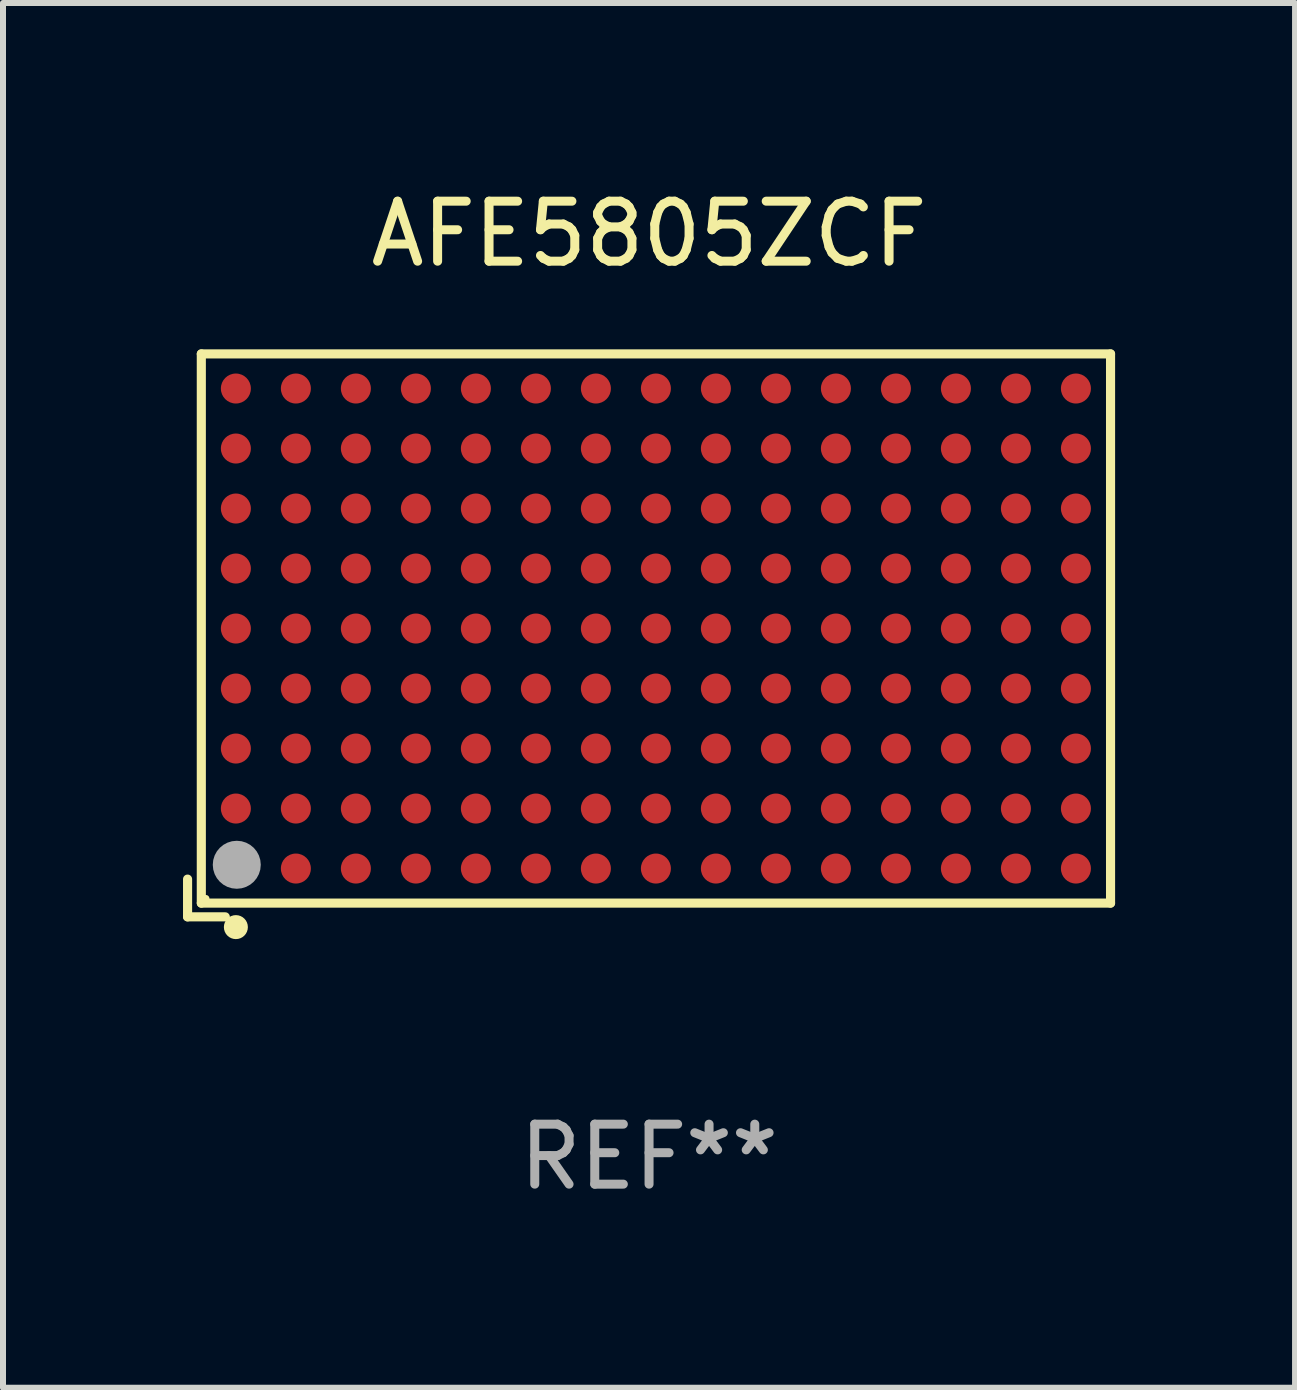
<source format=kicad_pcb>
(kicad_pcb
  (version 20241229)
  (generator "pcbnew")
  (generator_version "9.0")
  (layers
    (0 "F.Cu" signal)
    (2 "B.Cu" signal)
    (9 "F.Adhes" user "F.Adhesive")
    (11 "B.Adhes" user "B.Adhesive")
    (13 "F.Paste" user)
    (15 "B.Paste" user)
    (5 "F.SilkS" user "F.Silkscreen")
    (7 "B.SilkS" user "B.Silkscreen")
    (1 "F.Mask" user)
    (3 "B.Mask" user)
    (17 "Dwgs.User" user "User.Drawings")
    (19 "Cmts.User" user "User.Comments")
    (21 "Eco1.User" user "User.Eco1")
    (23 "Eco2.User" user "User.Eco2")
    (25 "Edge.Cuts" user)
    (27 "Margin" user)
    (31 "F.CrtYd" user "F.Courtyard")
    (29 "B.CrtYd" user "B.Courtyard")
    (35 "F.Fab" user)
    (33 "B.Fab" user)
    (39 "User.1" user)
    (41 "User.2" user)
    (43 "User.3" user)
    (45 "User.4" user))
  (footprint "AFE5805ZCF"
    (layer "F.Cu")
    (at 7.767 7.539)
    (property "Reference" "AFE5805ZCF" (at 0 -6.691 0) (layer "F.SilkS") (effects (font (size 1 1) (thickness 0.15))))
    (attr through_hole)
    (fp_line (start -7.691 4.062) (end -7.691 4.691) (stroke (width 0.152) (type solid)) (layer "F.SilkS"))
    (fp_line (start -7.691 4.691) (end -7.062 4.691) (stroke (width 0.152) (type solid)) (layer "F.SilkS"))
    (fp_line (start -7.462 -4.691) (end 7.691 -4.691) (stroke (width 0.152) (type solid)) (layer "F.SilkS"))
    (fp_line (start -7.462 4.462) (end -7.462 -4.691) (stroke (width 0.152) (type solid)) (layer "F.SilkS"))
    (fp_line (start 7.691 -4.691) (end 7.691 4.462) (stroke (width 0.152) (type solid)) (layer "F.SilkS"))
    (fp_line (start 7.691 4.462) (end -7.462 4.462) (stroke (width 0.152) (type solid)) (layer "F.SilkS"))
    (fp_circle (center -7.386 4.386) (end -7.356 4.386) (stroke (width 0.06) (type solid)) (fill no) (layer "F.SilkS"))
    (fp_circle (center -6.886 4.862) (end -6.786 4.862) (stroke (width 0.2) (type solid)) (fill no) (layer "F.SilkS"))
    (fp_circle (center -6.871 3.823) (end -6.671 3.823) (stroke (width 0.4) (type solid)) (fill no) (layer "F.Fab"))
    (fp_text user "REF**" (at 0 8.691 0) (layer "F.Fab") (effects (font (size 1 1) (thickness 0.15))))
    (pad "A1" smd circle (at -6.886 3.886) (size 0.5 0.5) (layers "F.Cu" "F.Mask" "F.Paste"))
    (pad "A2" smd circle (at -6.886 2.886) (size 0.5 0.5) (layers "F.Cu" "F.Mask" "F.Paste"))
    (pad "A3" smd circle (at -6.886 1.886) (size 0.5 0.5) (layers "F.Cu" "F.Mask" "F.Paste"))
    (pad "A4" smd circle (at -6.886 0.886) (size 0.5 0.5) (layers "F.Cu" "F.Mask" "F.Paste"))
    (pad "A5" smd circle (at -6.886 -0.114) (size 0.5 0.5) (layers "F.Cu" "F.Mask" "F.Paste"))
    (pad "A6" smd circle (at -6.886 -1.114) (size 0.5 0.5) (layers "F.Cu" "F.Mask" "F.Paste"))
    (pad "A7" smd circle (at -6.886 -2.114) (size 0.5 0.5) (layers "F.Cu" "F.Mask" "F.Paste"))
    (pad "A8" smd circle (at -6.886 -3.114) (size 0.5 0.5) (layers "F.Cu" "F.Mask" "F.Paste"))
    (pad "A9" smd circle (at -6.886 -4.114) (size 0.5 0.5) (layers "F.Cu" "F.Mask" "F.Paste"))
    (pad "B1" smd circle (at -5.886 3.886) (size 0.5 0.5) (layers "F.Cu" "F.Mask" "F.Paste"))
    (pad "B2" smd circle (at -5.886 2.886) (size 0.5 0.5) (layers "F.Cu" "F.Mask" "F.Paste"))
    (pad "B3" smd circle (at -5.886 1.886) (size 0.5 0.5) (layers "F.Cu" "F.Mask" "F.Paste"))
    (pad "B4" smd circle (at -5.886 0.886) (size 0.5 0.5) (layers "F.Cu" "F.Mask" "F.Paste"))
    (pad "B5" smd circle (at -5.886 -0.114) (size 0.5 0.5) (layers "F.Cu" "F.Mask" "F.Paste"))
    (pad "B6" smd circle (at -5.886 -1.114) (size 0.5 0.5) (layers "F.Cu" "F.Mask" "F.Paste"))
    (pad "B7" smd circle (at -5.886 -2.114) (size 0.5 0.5) (layers "F.Cu" "F.Mask" "F.Paste"))
    (pad "B8" smd circle (at -5.886 -3.114) (size 0.5 0.5) (layers "F.Cu" "F.Mask" "F.Paste"))
    (pad "B9" smd circle (at -5.886 -4.114) (size 0.5 0.5) (layers "F.Cu" "F.Mask" "F.Paste"))
    (pad "C1" smd circle (at -4.886 3.886) (size 0.5 0.5) (layers "F.Cu" "F.Mask" "F.Paste"))
    (pad "C2" smd circle (at -4.886 2.886) (size 0.5 0.5) (layers "F.Cu" "F.Mask" "F.Paste"))
    (pad "C3" smd circle (at -4.886 1.886) (size 0.5 0.5) (layers "F.Cu" "F.Mask" "F.Paste"))
    (pad "C4" smd circle (at -4.886 0.886) (size 0.5 0.5) (layers "F.Cu" "F.Mask" "F.Paste"))
    (pad "C5" smd circle (at -4.886 -0.114) (size 0.5 0.5) (layers "F.Cu" "F.Mask" "F.Paste"))
    (pad "C6" smd circle (at -4.886 -1.114) (size 0.5 0.5) (layers "F.Cu" "F.Mask" "F.Paste"))
    (pad "C7" smd circle (at -4.886 -2.114) (size 0.5 0.5) (layers "F.Cu" "F.Mask" "F.Paste"))
    (pad "C8" smd circle (at -4.886 -3.114) (size 0.5 0.5) (layers "F.Cu" "F.Mask" "F.Paste"))
    (pad "C9" smd circle (at -4.886 -4.114) (size 0.5 0.5) (layers "F.Cu" "F.Mask" "F.Paste"))
    (pad "D1" smd circle (at -3.886 3.886) (size 0.5 0.5) (layers "F.Cu" "F.Mask" "F.Paste"))
    (pad "D2" smd circle (at -3.886 2.886) (size 0.5 0.5) (layers "F.Cu" "F.Mask" "F.Paste"))
    (pad "D3" smd circle (at -3.886 1.886) (size 0.5 0.5) (layers "F.Cu" "F.Mask" "F.Paste"))
    (pad "D4" smd circle (at -3.886 0.886) (size 0.5 0.5) (layers "F.Cu" "F.Mask" "F.Paste"))
    (pad "D5" smd circle (at -3.886 -0.114) (size 0.5 0.5) (layers "F.Cu" "F.Mask" "F.Paste"))
    (pad "D6" smd circle (at -3.886 -1.114) (size 0.5 0.5) (layers "F.Cu" "F.Mask" "F.Paste"))
    (pad "D7" smd circle (at -3.886 -2.114) (size 0.5 0.5) (layers "F.Cu" "F.Mask" "F.Paste"))
    (pad "D8" smd circle (at -3.886 -3.114) (size 0.5 0.5) (layers "F.Cu" "F.Mask" "F.Paste"))
    (pad "D9" smd circle (at -3.886 -4.114) (size 0.5 0.5) (layers "F.Cu" "F.Mask" "F.Paste"))
    (pad "E1" smd circle (at -2.886 3.886) (size 0.5 0.5) (layers "F.Cu" "F.Mask" "F.Paste"))
    (pad "E2" smd circle (at -2.886 2.886) (size 0.5 0.5) (layers "F.Cu" "F.Mask" "F.Paste"))
    (pad "E3" smd circle (at -2.886 1.886) (size 0.5 0.5) (layers "F.Cu" "F.Mask" "F.Paste"))
    (pad "E4" smd circle (at -2.886 0.886) (size 0.5 0.5) (layers "F.Cu" "F.Mask" "F.Paste"))
    (pad "E5" smd circle (at -2.886 -0.114) (size 0.5 0.5) (layers "F.Cu" "F.Mask" "F.Paste"))
    (pad "E6" smd circle (at -2.886 -1.114) (size 0.5 0.5) (layers "F.Cu" "F.Mask" "F.Paste"))
    (pad "E7" smd circle (at -2.886 -2.114) (size 0.5 0.5) (layers "F.Cu" "F.Mask" "F.Paste"))
    (pad "E8" smd circle (at -2.886 -3.114) (size 0.5 0.5) (layers "F.Cu" "F.Mask" "F.Paste"))
    (pad "E9" smd circle (at -2.886 -4.114) (size 0.5 0.5) (layers "F.Cu" "F.Mask" "F.Paste"))
    (pad "F1" smd circle (at -1.886 3.886) (size 0.5 0.5) (layers "F.Cu" "F.Mask" "F.Paste"))
    (pad "F2" smd circle (at -1.886 2.886) (size 0.5 0.5) (layers "F.Cu" "F.Mask" "F.Paste"))
    (pad "F3" smd circle (at -1.886 1.886) (size 0.5 0.5) (layers "F.Cu" "F.Mask" "F.Paste"))
    (pad "F4" smd circle (at -1.886 0.886) (size 0.5 0.5) (layers "F.Cu" "F.Mask" "F.Paste"))
    (pad "F5" smd circle (at -1.886 -0.114) (size 0.5 0.5) (layers "F.Cu" "F.Mask" "F.Paste"))
    (pad "F6" smd circle (at -1.886 -1.114) (size 0.5 0.5) (layers "F.Cu" "F.Mask" "F.Paste"))
    (pad "F7" smd circle (at -1.886 -2.114) (size 0.5 0.5) (layers "F.Cu" "F.Mask" "F.Paste"))
    (pad "F8" smd circle (at -1.886 -3.114) (size 0.5 0.5) (layers "F.Cu" "F.Mask" "F.Paste"))
    (pad "F9" smd circle (at -1.886 -4.114) (size 0.5 0.5) (layers "F.Cu" "F.Mask" "F.Paste"))
    (pad "G1" smd circle (at -0.886 3.886) (size 0.5 0.5) (layers "F.Cu" "F.Mask" "F.Paste"))
    (pad "G2" smd circle (at -0.886 2.886) (size 0.5 0.5) (layers "F.Cu" "F.Mask" "F.Paste"))
    (pad "G3" smd circle (at -0.886 1.886) (size 0.5 0.5) (layers "F.Cu" "F.Mask" "F.Paste"))
    (pad "G4" smd circle (at -0.886 0.886) (size 0.5 0.5) (layers "F.Cu" "F.Mask" "F.Paste"))
    (pad "G5" smd circle (at -0.886 -0.114) (size 0.5 0.5) (layers "F.Cu" "F.Mask" "F.Paste"))
    (pad "G6" smd circle (at -0.886 -1.114) (size 0.5 0.5) (layers "F.Cu" "F.Mask" "F.Paste"))
    (pad "G7" smd circle (at -0.886 -2.114) (size 0.5 0.5) (layers "F.Cu" "F.Mask" "F.Paste"))
    (pad "G8" smd circle (at -0.886 -3.114) (size 0.5 0.5) (layers "F.Cu" "F.Mask" "F.Paste"))
    (pad "G9" smd circle (at -0.886 -4.114) (size 0.5 0.5) (layers "F.Cu" "F.Mask" "F.Paste"))
    (pad "H1" smd circle (at 0.114 3.886) (size 0.5 0.5) (layers "F.Cu" "F.Mask" "F.Paste"))
    (pad "H2" smd circle (at 0.114 2.886) (size 0.5 0.5) (layers "F.Cu" "F.Mask" "F.Paste"))
    (pad "H3" smd circle (at 0.114 1.886) (size 0.5 0.5) (layers "F.Cu" "F.Mask" "F.Paste"))
    (pad "H4" smd circle (at 0.114 0.886) (size 0.5 0.5) (layers "F.Cu" "F.Mask" "F.Paste"))
    (pad "H5" smd circle (at 0.114 -0.114) (size 0.5 0.5) (layers "F.Cu" "F.Mask" "F.Paste"))
    (pad "H6" smd circle (at 0.114 -1.114) (size 0.5 0.5) (layers "F.Cu" "F.Mask" "F.Paste"))
    (pad "H7" smd circle (at 0.114 -2.114) (size 0.5 0.5) (layers "F.Cu" "F.Mask" "F.Paste"))
    (pad "H8" smd circle (at 0.114 -3.114) (size 0.5 0.5) (layers "F.Cu" "F.Mask" "F.Paste"))
    (pad "H9" smd circle (at 0.114 -4.114) (size 0.5 0.5) (layers "F.Cu" "F.Mask" "F.Paste"))
    (pad "J1" smd circle (at 1.114 3.886) (size 0.5 0.5) (layers "F.Cu" "F.Mask" "F.Paste"))
    (pad "J2" smd circle (at 1.114 2.886) (size 0.5 0.5) (layers "F.Cu" "F.Mask" "F.Paste"))
    (pad "J3" smd circle (at 1.114 1.886) (size 0.5 0.5) (layers "F.Cu" "F.Mask" "F.Paste"))
    (pad "J4" smd circle (at 1.114 0.886) (size 0.5 0.5) (layers "F.Cu" "F.Mask" "F.Paste"))
    (pad "J5" smd circle (at 1.114 -0.114) (size 0.5 0.5) (layers "F.Cu" "F.Mask" "F.Paste"))
    (pad "J6" smd circle (at 1.114 -1.114) (size 0.5 0.5) (layers "F.Cu" "F.Mask" "F.Paste"))
    (pad "J7" smd circle (at 1.114 -2.114) (size 0.5 0.5) (layers "F.Cu" "F.Mask" "F.Paste"))
    (pad "J8" smd circle (at 1.114 -3.114) (size 0.5 0.5) (layers "F.Cu" "F.Mask" "F.Paste"))
    (pad "J9" smd circle (at 1.114 -4.114) (size 0.5 0.5) (layers "F.Cu" "F.Mask" "F.Paste"))
    (pad "K1" smd circle (at 2.114 3.886) (size 0.5 0.5) (layers "F.Cu" "F.Mask" "F.Paste"))
    (pad "K2" smd circle (at 2.114 2.886) (size 0.5 0.5) (layers "F.Cu" "F.Mask" "F.Paste"))
    (pad "K3" smd circle (at 2.114 1.886) (size 0.5 0.5) (layers "F.Cu" "F.Mask" "F.Paste"))
    (pad "K4" smd circle (at 2.114 0.886) (size 0.5 0.5) (layers "F.Cu" "F.Mask" "F.Paste"))
    (pad "K5" smd circle (at 2.114 -0.114) (size 0.5 0.5) (layers "F.Cu" "F.Mask" "F.Paste"))
    (pad "K6" smd circle (at 2.114 -1.114) (size 0.5 0.5) (layers "F.Cu" "F.Mask" "F.Paste"))
    (pad "K7" smd circle (at 2.114 -2.114) (size 0.5 0.5) (layers "F.Cu" "F.Mask" "F.Paste"))
    (pad "K8" smd circle (at 2.114 -3.114) (size 0.5 0.5) (layers "F.Cu" "F.Mask" "F.Paste"))
    (pad "K9" smd circle (at 2.114 -4.114) (size 0.5 0.5) (layers "F.Cu" "F.Mask" "F.Paste"))
    (pad "L1" smd circle (at 3.114 3.886) (size 0.5 0.5) (layers "F.Cu" "F.Mask" "F.Paste"))
    (pad "L2" smd circle (at 3.114 2.886) (size 0.5 0.5) (layers "F.Cu" "F.Mask" "F.Paste"))
    (pad "L3" smd circle (at 3.114 1.886) (size 0.5 0.5) (layers "F.Cu" "F.Mask" "F.Paste"))
    (pad "L4" smd circle (at 3.114 0.886) (size 0.5 0.5) (layers "F.Cu" "F.Mask" "F.Paste"))
    (pad "L5" smd circle (at 3.114 -0.114) (size 0.5 0.5) (layers "F.Cu" "F.Mask" "F.Paste"))
    (pad "L6" smd circle (at 3.114 -1.114) (size 0.5 0.5) (layers "F.Cu" "F.Mask" "F.Paste"))
    (pad "L7" smd circle (at 3.114 -2.114) (size 0.5 0.5) (layers "F.Cu" "F.Mask" "F.Paste"))
    (pad "L8" smd circle (at 3.114 -3.114) (size 0.5 0.5) (layers "F.Cu" "F.Mask" "F.Paste"))
    (pad "L9" smd circle (at 3.114 -4.114) (size 0.5 0.5) (layers "F.Cu" "F.Mask" "F.Paste"))
    (pad "M1" smd circle (at 4.114 3.886) (size 0.5 0.5) (layers "F.Cu" "F.Mask" "F.Paste"))
    (pad "M2" smd circle (at 4.114 2.886) (size 0.5 0.5) (layers "F.Cu" "F.Mask" "F.Paste"))
    (pad "M3" smd circle (at 4.114 1.886) (size 0.5 0.5) (layers "F.Cu" "F.Mask" "F.Paste"))
    (pad "M4" smd circle (at 4.114 0.886) (size 0.5 0.5) (layers "F.Cu" "F.Mask" "F.Paste"))
    (pad "M5" smd circle (at 4.114 -0.114) (size 0.5 0.5) (layers "F.Cu" "F.Mask" "F.Paste"))
    (pad "M6" smd circle (at 4.114 -1.114) (size 0.5 0.5) (layers "F.Cu" "F.Mask" "F.Paste"))
    (pad "M7" smd circle (at 4.114 -2.114) (size 0.5 0.5) (layers "F.Cu" "F.Mask" "F.Paste"))
    (pad "M8" smd circle (at 4.114 -3.114) (size 0.5 0.5) (layers "F.Cu" "F.Mask" "F.Paste"))
    (pad "M9" smd circle (at 4.114 -4.114) (size 0.5 0.5) (layers "F.Cu" "F.Mask" "F.Paste"))
    (pad "N1" smd circle (at 5.114 3.886) (size 0.5 0.5) (layers "F.Cu" "F.Mask" "F.Paste"))
    (pad "N2" smd circle (at 5.114 2.886) (size 0.5 0.5) (layers "F.Cu" "F.Mask" "F.Paste"))
    (pad "N3" smd circle (at 5.114 1.886) (size 0.5 0.5) (layers "F.Cu" "F.Mask" "F.Paste"))
    (pad "N4" smd circle (at 5.114 0.886) (size 0.5 0.5) (layers "F.Cu" "F.Mask" "F.Paste"))
    (pad "N5" smd circle (at 5.114 -0.114) (size 0.5 0.5) (layers "F.Cu" "F.Mask" "F.Paste"))
    (pad "N6" smd circle (at 5.114 -1.114) (size 0.5 0.5) (layers "F.Cu" "F.Mask" "F.Paste"))
    (pad "N7" smd circle (at 5.114 -2.114) (size 0.5 0.5) (layers "F.Cu" "F.Mask" "F.Paste"))
    (pad "N8" smd circle (at 5.114 -3.114) (size 0.5 0.5) (layers "F.Cu" "F.Mask" "F.Paste"))
    (pad "N9" smd circle (at 5.114 -4.114) (size 0.5 0.5) (layers "F.Cu" "F.Mask" "F.Paste"))
    (pad "P1" smd circle (at 6.114 3.886) (size 0.5 0.5) (layers "F.Cu" "F.Mask" "F.Paste"))
    (pad "P2" smd circle (at 6.114 2.886) (size 0.5 0.5) (layers "F.Cu" "F.Mask" "F.Paste"))
    (pad "P3" smd circle (at 6.114 1.886) (size 0.5 0.5) (layers "F.Cu" "F.Mask" "F.Paste"))
    (pad "P4" smd circle (at 6.114 0.886) (size 0.5 0.5) (layers "F.Cu" "F.Mask" "F.Paste"))
    (pad "P5" smd circle (at 6.114 -0.114) (size 0.5 0.5) (layers "F.Cu" "F.Mask" "F.Paste"))
    (pad "P6" smd circle (at 6.114 -1.114) (size 0.5 0.5) (layers "F.Cu" "F.Mask" "F.Paste"))
    (pad "P7" smd circle (at 6.114 -2.114) (size 0.5 0.5) (layers "F.Cu" "F.Mask" "F.Paste"))
    (pad "P8" smd circle (at 6.114 -3.114) (size 0.5 0.5) (layers "F.Cu" "F.Mask" "F.Paste"))
    (pad "P9" smd circle (at 6.114 -4.114) (size 0.5 0.5) (layers "F.Cu" "F.Mask" "F.Paste"))
    (pad "R1" smd circle (at 7.114 3.886) (size 0.5 0.5) (layers "F.Cu" "F.Mask" "F.Paste"))
    (pad "R2" smd circle (at 7.114 2.886) (size 0.5 0.5) (layers "F.Cu" "F.Mask" "F.Paste"))
    (pad "R3" smd circle (at 7.114 1.886) (size 0.5 0.5) (layers "F.Cu" "F.Mask" "F.Paste"))
    (pad "R4" smd circle (at 7.114 0.886) (size 0.5 0.5) (layers "F.Cu" "F.Mask" "F.Paste"))
    (pad "R5" smd circle (at 7.114 -0.114) (size 0.5 0.5) (layers "F.Cu" "F.Mask" "F.Paste"))
    (pad "R6" smd circle (at 7.114 -1.114) (size 0.5 0.5) (layers "F.Cu" "F.Mask" "F.Paste"))
    (pad "R7" smd circle (at 7.114 -2.114) (size 0.5 0.5) (layers "F.Cu" "F.Mask" "F.Paste"))
    (pad "R8" smd circle (at 7.114 -3.114) (size 0.5 0.5) (layers "F.Cu" "F.Mask" "F.Paste"))
    (pad "R9" smd circle (at 7.114 -4.114) (size 0.5 0.5) (layers "F.Cu" "F.Mask" "F.Paste")))
  (gr_rect
    (start -3 -3)
    (end 18.533 20.078)
    (stroke (width 0.1) (type default))
    (fill no)
    (layer "Edge.Cuts")))
</source>
